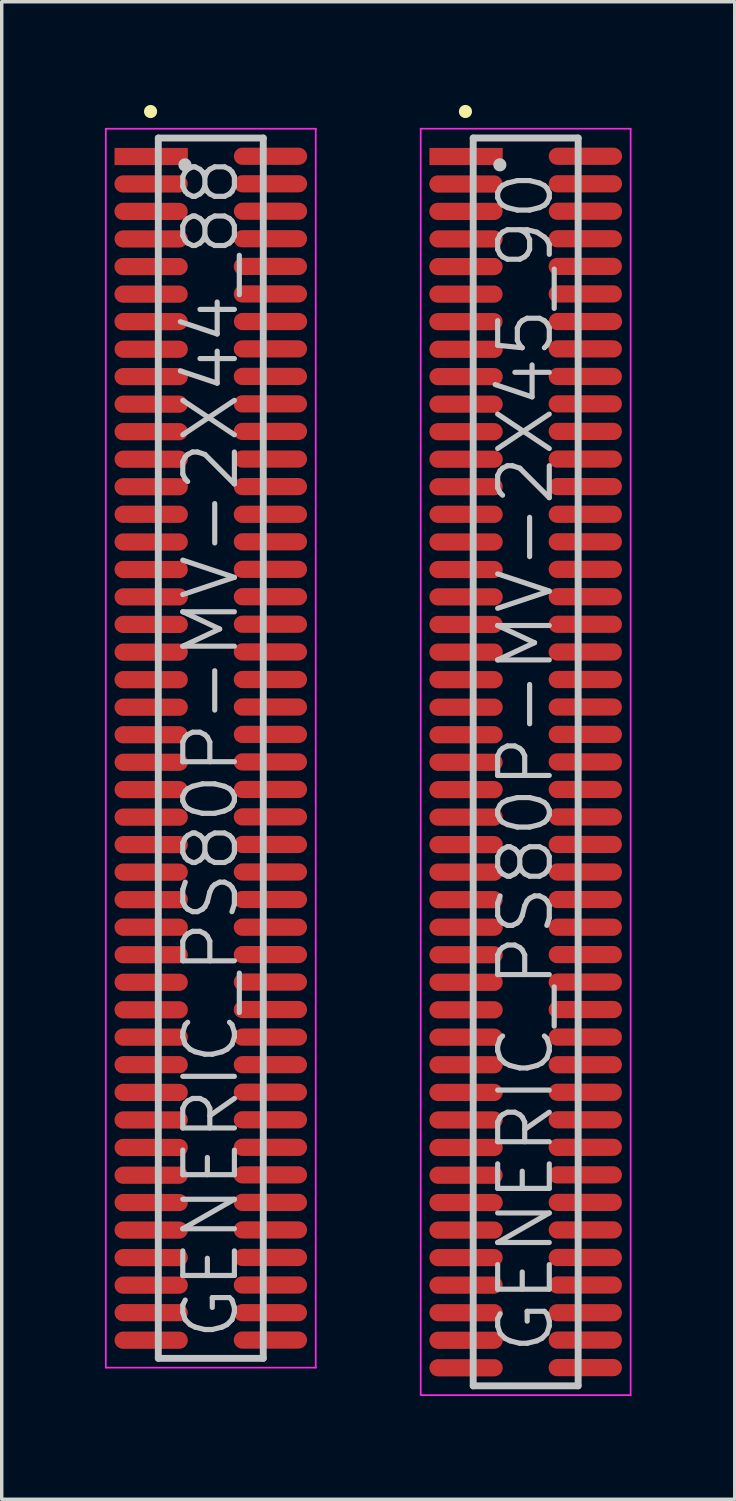
<source format=kicad_pcb>
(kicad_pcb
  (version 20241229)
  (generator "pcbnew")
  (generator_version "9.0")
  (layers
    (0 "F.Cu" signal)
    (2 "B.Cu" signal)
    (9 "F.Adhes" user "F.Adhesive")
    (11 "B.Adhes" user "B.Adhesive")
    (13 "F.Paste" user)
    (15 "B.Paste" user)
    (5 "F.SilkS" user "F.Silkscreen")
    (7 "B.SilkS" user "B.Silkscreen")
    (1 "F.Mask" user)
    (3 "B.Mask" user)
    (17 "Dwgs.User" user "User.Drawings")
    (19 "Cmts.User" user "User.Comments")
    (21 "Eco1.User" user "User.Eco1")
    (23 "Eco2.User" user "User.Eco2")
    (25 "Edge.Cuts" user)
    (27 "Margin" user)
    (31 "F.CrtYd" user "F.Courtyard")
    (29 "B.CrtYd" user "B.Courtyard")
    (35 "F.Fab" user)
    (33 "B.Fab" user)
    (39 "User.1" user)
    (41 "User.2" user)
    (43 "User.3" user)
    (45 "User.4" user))
  (footprint "GENERIC_PS80P-MV-2X45_90"
    (layer "F.Cu")
    (at 12.225 19.09)
    (property "Reference" "GENERIC_PS80P-MV-2X45_90" (at 0 0 90) (layer "Dwgs.User") (effects (font (size 1.5 1.5) (thickness 0.15))))
    (attr smd)
    (fp_line (start -1.75 -18.9) (end -1.75 -18.9) (stroke (width 0.381) (type solid)) (layer "F.SilkS"))
    (fp_line (start -1.525 -18.13) (end -1.525 18.13) (stroke (width 0.2) (type solid)) (layer "Dwgs.User"))
    (fp_line (start -1.525 -18.13) (end 1.525 -18.13) (stroke (width 0.2) (type solid)) (layer "Dwgs.User"))
    (fp_line (start -1.525 18.13) (end 1.525 18.13) (stroke (width 0.2) (type solid)) (layer "Dwgs.User"))
    (fp_line (start -0.75 -17.35) (end -0.75 -17.35) (stroke (width 0.381) (type solid)) (layer "Dwgs.User"))
    (fp_line (start 1.525 -18.13) (end 1.525 18.13) (stroke (width 0.2) (type solid)) (layer "Dwgs.User"))
    (fp_line (start -3.05 -18.4) (end -3.05 18.4) (stroke (width 0.05) (type solid)) (layer "F.CrtYd"))
    (fp_line (start -3.05 -18.4) (end 3.05 -18.4) (stroke (width 0.05) (type solid)) (layer "F.CrtYd"))
    (fp_line (start -3.05 18.4) (end 3.05 18.4) (stroke (width 0.05) (type solid)) (layer "F.CrtYd"))
    (fp_line (start 3.05 -18.4) (end 3.05 18.4) (stroke (width 0.05) (type solid)) (layer "F.CrtYd"))
    (pad "1" smd rect (at -1.732 -17.592 270) (size 0.5 2.13) (layers "F.Cu" "F.Mask" "F.Paste"))
    (pad "2" smd oval (at 1.735 -17.6 270) (size 0.5 2.13) (layers "F.Cu" "F.Mask" "F.Paste"))
    (pad "3" smd oval (at -1.735 -16.794 270) (size 0.5 2.13) (layers "F.Cu" "F.Mask" "F.Paste"))
    (pad "4" smd oval (at 1.735 -16.8 270) (size 0.5 2.13) (layers "F.Cu" "F.Mask" "F.Paste"))
    (pad "5" smd oval (at -1.735 -15.997 270) (size 0.5 2.13) (layers "F.Cu" "F.Mask" "F.Paste"))
    (pad "6" smd oval (at 1.735 -16.002 270) (size 0.5 2.13) (layers "F.Cu" "F.Mask" "F.Paste"))
    (pad "7" smd oval (at -1.732 -15.197 270) (size 0.5 2.13) (layers "F.Cu" "F.Mask" "F.Paste"))
    (pad "8" smd oval (at 1.732 -15.202 270) (size 0.5 2.13) (layers "F.Cu" "F.Mask" "F.Paste"))
    (pad "9" smd oval (at -1.735 -14.394 270) (size 0.5 2.13) (layers "F.Cu" "F.Mask" "F.Paste"))
    (pad "10" smd oval (at 1.732 -14.399 270) (size 0.5 2.13) (layers "F.Cu" "F.Mask" "F.Paste"))
    (pad "11" smd oval (at -1.735 -13.594 270) (size 0.5 2.13) (layers "F.Cu" "F.Mask" "F.Paste"))
    (pad "12" smd oval (at 1.732 -13.599 270) (size 0.5 2.13) (layers "F.Cu" "F.Mask" "F.Paste"))
    (pad "13" smd oval (at -1.735 -12.794 270) (size 0.5 2.13) (layers "F.Cu" "F.Mask" "F.Paste"))
    (pad "14" smd oval (at 1.735 -12.797 270) (size 0.5 2.13) (layers "F.Cu" "F.Mask" "F.Paste"))
    (pad "15" smd oval (at -1.732 -11.991 270) (size 0.5 2.13) (layers "F.Cu" "F.Mask" "F.Paste"))
    (pad "16" smd oval (at 1.732 -12.002 270) (size 0.5 2.13) (layers "F.Cu" "F.Mask" "F.Paste"))
    (pad "17" smd oval (at -1.732 -11.196 270) (size 0.5 2.13) (layers "F.Cu" "F.Mask" "F.Paste"))
    (pad "18" smd oval (at 1.732 -11.201 270) (size 0.5 2.13) (layers "F.Cu" "F.Mask" "F.Paste"))
    (pad "19" smd oval (at -1.732 -10.396 270) (size 0.5 2.13) (layers "F.Cu" "F.Mask" "F.Paste"))
    (pad "20" smd oval (at 1.732 -10.404 270) (size 0.5 2.13) (layers "F.Cu" "F.Mask" "F.Paste"))
    (pad "21" smd oval (at -1.732 -9.596 270) (size 0.5 2.13) (layers "F.Cu" "F.Mask" "F.Paste"))
    (pad "22" smd oval (at 1.732 -9.604 270) (size 0.5 2.13) (layers "F.Cu" "F.Mask" "F.Paste"))
    (pad "23" smd oval (at -1.732 -8.796 270) (size 0.5 2.13) (layers "F.Cu" "F.Mask" "F.Paste"))
    (pad "24" smd oval (at 1.732 -8.801 270) (size 0.5 2.13) (layers "F.Cu" "F.Mask" "F.Paste"))
    (pad "25" smd oval (at -1.732 -7.996 270) (size 0.5 2.13) (layers "F.Cu" "F.Mask" "F.Paste"))
    (pad "26" smd oval (at 1.732 -8.001 270) (size 0.5 2.13) (layers "F.Cu" "F.Mask" "F.Paste"))
    (pad "27" smd oval (at -1.732 -7.196 270) (size 0.5 2.13) (layers "F.Cu" "F.Mask" "F.Paste"))
    (pad "28" smd oval (at 1.732 -7.196 270) (size 0.5 2.13) (layers "F.Cu" "F.Mask" "F.Paste"))
    (pad "29" smd oval (at -1.732 -6.391 270) (size 0.5 2.13) (layers "F.Cu" "F.Mask" "F.Paste"))
    (pad "30" smd oval (at 1.732 -6.396 270) (size 0.5 2.13) (layers "F.Cu" "F.Mask" "F.Paste"))
    (pad "31" smd oval (at -1.732 -5.591 270) (size 0.5 2.13) (layers "F.Cu" "F.Mask" "F.Paste"))
    (pad "32" smd oval (at 1.732 -5.596 270) (size 0.5 2.13) (layers "F.Cu" "F.Mask" "F.Paste"))
    (pad "33" smd oval (at -1.732 -4.796 270) (size 0.5 2.13) (layers "F.Cu" "F.Mask" "F.Paste"))
    (pad "34" smd oval (at 1.732 -4.801 270) (size 0.5 2.13) (layers "F.Cu" "F.Mask" "F.Paste"))
    (pad "35" smd oval (at -1.732 -3.995 270) (size 0.5 2.13) (layers "F.Cu" "F.Mask" "F.Paste"))
    (pad "36" smd oval (at 1.732 -4 270) (size 0.5 2.13) (layers "F.Cu" "F.Mask" "F.Paste"))
    (pad "37" smd oval (at -1.732 -3.19 270) (size 0.5 2.13) (layers "F.Cu" "F.Mask" "F.Paste"))
    (pad "38" smd oval (at 1.732 -3.195 270) (size 0.5 2.13) (layers "F.Cu" "F.Mask" "F.Paste"))
    (pad "39" smd oval (at -1.732 -2.39 270) (size 0.5 2.13) (layers "F.Cu" "F.Mask" "F.Paste"))
    (pad "40" smd oval (at 1.732 -2.395 270) (size 0.5 2.13) (layers "F.Cu" "F.Mask" "F.Paste"))
    (pad "41" smd oval (at -1.732 -1.59 270) (size 0.5 2.13) (layers "F.Cu" "F.Mask" "F.Paste"))
    (pad "42" smd oval (at 1.732 -1.595 270) (size 0.5 2.13) (layers "F.Cu" "F.Mask" "F.Paste"))
    (pad "43" smd oval (at -1.732 -0.79 270) (size 0.5 2.13) (layers "F.Cu" "F.Mask" "F.Paste"))
    (pad "44" smd oval (at 1.732 -0.8 270) (size 0.5 2.13) (layers "F.Cu" "F.Mask" "F.Paste"))
    (pad "45" smd oval (at -1.732 0.01 270) (size 0.5 2.13) (layers "F.Cu" "F.Mask" "F.Paste"))
    (pad "46" smd oval (at 1.732 0 270) (size 0.5 2.13) (layers "F.Cu" "F.Mask" "F.Paste"))
    (pad "47" smd oval (at -1.732 0.805 270) (size 0.5 2.13) (layers "F.Cu" "F.Mask" "F.Paste"))
    (pad "48" smd oval (at 1.732 0.8 270) (size 0.5 2.13) (layers "F.Cu" "F.Mask" "F.Paste"))
    (pad "49" smd oval (at -1.732 1.605 270) (size 0.5 2.13) (layers "F.Cu" "F.Mask" "F.Paste"))
    (pad "50" smd oval (at 1.732 1.598 270) (size 0.5 2.13) (layers "F.Cu" "F.Mask" "F.Paste"))
    (pad "51" smd oval (at -1.732 2.403 270) (size 0.5 2.13) (layers "F.Cu" "F.Mask" "F.Paste"))
    (pad "52" smd oval (at 1.732 2.398 270) (size 0.5 2.13) (layers "F.Cu" "F.Mask" "F.Paste"))
    (pad "53" smd oval (at -1.732 3.203 270) (size 0.5 2.13) (layers "F.Cu" "F.Mask" "F.Paste"))
    (pad "54" smd oval (at 1.732 3.198 270) (size 0.5 2.13) (layers "F.Cu" "F.Mask" "F.Paste"))
    (pad "55" smd oval (at -1.732 4.003 270) (size 0.5 2.13) (layers "F.Cu" "F.Mask" "F.Paste"))
    (pad "56" smd oval (at 1.732 3.998 270) (size 0.5 2.13) (layers "F.Cu" "F.Mask" "F.Paste"))
    (pad "57" smd oval (at -1.732 4.803 270) (size 0.5 2.13) (layers "F.Cu" "F.Mask" "F.Paste"))
    (pad "58" smd oval (at 1.732 4.803 270) (size 0.5 2.13) (layers "F.Cu" "F.Mask" "F.Paste"))
    (pad "59" smd oval (at -1.732 5.603 270) (size 0.5 2.13) (layers "F.Cu" "F.Mask" "F.Paste"))
    (pad "60" smd oval (at 1.732 5.598 270) (size 0.5 2.13) (layers "F.Cu" "F.Mask" "F.Paste"))
    (pad "61" smd oval (at -1.732 6.403 270) (size 0.5 2.13) (layers "F.Cu" "F.Mask" "F.Paste"))
    (pad "62" smd oval (at 1.732 6.398 270) (size 0.5 2.13) (layers "F.Cu" "F.Mask" "F.Paste"))
    (pad "63" smd oval (at -1.732 7.203 270) (size 0.5 2.13) (layers "F.Cu" "F.Mask" "F.Paste"))
    (pad "64" smd oval (at 1.732 7.196 270) (size 0.5 2.13) (layers "F.Cu" "F.Mask" "F.Paste"))
    (pad "65" smd oval (at -1.732 7.998 270) (size 0.5 2.13) (layers "F.Cu" "F.Mask" "F.Paste"))
    (pad "66" smd oval (at 1.732 7.996 270) (size 0.5 2.13) (layers "F.Cu" "F.Mask" "F.Paste"))
    (pad "67" smd oval (at -1.732 8.799 270) (size 0.5 2.13) (layers "F.Cu" "F.Mask" "F.Paste"))
    (pad "68" smd oval (at 1.732 8.799 270) (size 0.5 2.13) (layers "F.Cu" "F.Mask" "F.Paste"))
    (pad "69" smd oval (at -1.732 9.604 270) (size 0.5 2.13) (layers "F.Cu" "F.Mask" "F.Paste"))
    (pad "70" smd oval (at 1.732 9.599 270) (size 0.5 2.13) (layers "F.Cu" "F.Mask" "F.Paste"))
    (pad "71" smd oval (at -1.732 10.404 270) (size 0.5 2.13) (layers "F.Cu" "F.Mask" "F.Paste"))
    (pad "72" smd oval (at 1.732 10.399 270) (size 0.5 2.13) (layers "F.Cu" "F.Mask" "F.Paste"))
    (pad "73" smd oval (at -1.732 11.204 270) (size 0.5 2.13) (layers "F.Cu" "F.Mask" "F.Paste"))
    (pad "74" smd oval (at 1.732 11.199 270) (size 0.5 2.13) (layers "F.Cu" "F.Mask" "F.Paste"))
    (pad "75" smd oval (at -1.732 12.009 270) (size 0.5 2.13) (layers "F.Cu" "F.Mask" "F.Paste"))
    (pad "76" smd oval (at 1.732 11.999 270) (size 0.5 2.13) (layers "F.Cu" "F.Mask" "F.Paste"))
    (pad "77" smd oval (at -1.732 12.804 270) (size 0.5 2.13) (layers "F.Cu" "F.Mask" "F.Paste"))
    (pad "78" smd oval (at 1.732 12.799 270) (size 0.5 2.13) (layers "F.Cu" "F.Mask" "F.Paste"))
    (pad "79" smd oval (at -1.732 13.604 270) (size 0.5 2.13) (layers "F.Cu" "F.Mask" "F.Paste"))
    (pad "80" smd oval (at 1.732 13.599 270) (size 0.5 2.13) (layers "F.Cu" "F.Mask" "F.Paste"))
    (pad "81" smd oval (at -1.732 14.404 270) (size 0.5 2.13) (layers "F.Cu" "F.Mask" "F.Paste"))
    (pad "82" smd oval (at 1.732 14.399 270) (size 0.5 2.13) (layers "F.Cu" "F.Mask" "F.Paste"))
    (pad "83" smd oval (at -1.732 15.204 270) (size 0.5 2.13) (layers "F.Cu" "F.Mask" "F.Paste"))
    (pad "84" smd oval (at 1.732 15.199 270) (size 0.5 2.13) (layers "F.Cu" "F.Mask" "F.Paste"))
    (pad "85" smd oval (at -1.732 16.005 270) (size 0.5 2.13) (layers "F.Cu" "F.Mask" "F.Paste"))
    (pad "86" smd oval (at 1.732 16.005 270) (size 0.5 2.13) (layers "F.Cu" "F.Mask" "F.Paste"))
    (pad "87" smd oval (at -1.732 16.805 270) (size 0.5 2.13) (layers "F.Cu" "F.Mask" "F.Paste"))
    (pad "88" smd oval (at 1.732 16.8 270) (size 0.5 2.13) (layers "F.Cu" "F.Mask" "F.Paste"))
    (pad "89" smd oval (at -1.732 17.605 270) (size 0.5 2.13) (layers "F.Cu" "F.Mask" "F.Paste"))
    (pad "90" smd oval (at 1.732 17.6 270) (size 0.5 2.13) (layers "F.Cu" "F.Mask" "F.Paste")))
  (footprint "GENERIC_PS80P-MV-2X44_88"
    (layer "F.Cu")
    (at 3.075 18.691)
    (property "Reference" "GENERIC_PS80P-MV-2X44_88" (at 0 0 90) (layer "Dwgs.User") (effects (font (size 1.5 1.5) (thickness 0.15))))
    (attr smd)
    (fp_line (start -1.75 -18.5) (end -1.75 -18.5) (stroke (width 0.381) (type solid)) (layer "F.SilkS"))
    (fp_line (start -1.525 -17.73) (end -1.525 17.73) (stroke (width 0.2) (type solid)) (layer "Dwgs.User"))
    (fp_line (start -1.525 -17.73) (end 1.525 -17.73) (stroke (width 0.2) (type solid)) (layer "Dwgs.User"))
    (fp_line (start -1.525 17.73) (end 1.525 17.73) (stroke (width 0.2) (type solid)) (layer "Dwgs.User"))
    (fp_line (start -0.75 -16.95) (end -0.75 -16.95) (stroke (width 0.381) (type solid)) (layer "Dwgs.User"))
    (fp_line (start 1.525 -17.73) (end 1.525 17.73) (stroke (width 0.2) (type solid)) (layer "Dwgs.User"))
    (fp_line (start -3.05 -18) (end -3.05 18) (stroke (width 0.05) (type solid)) (layer "F.CrtYd"))
    (fp_line (start -3.05 -18) (end 3.05 -18) (stroke (width 0.05) (type solid)) (layer "F.CrtYd"))
    (fp_line (start -3.05 18) (end 3.05 18) (stroke (width 0.05) (type solid)) (layer "F.CrtYd"))
    (fp_line (start 3.05 -18) (end 3.05 18) (stroke (width 0.05) (type solid)) (layer "F.CrtYd"))
    (pad "1" smd rect (at -1.732 -17.193 270) (size 0.5 2.13) (layers "F.Cu" "F.Mask" "F.Paste"))
    (pad "2" smd oval (at 1.735 -17.201 270) (size 0.5 2.13) (layers "F.Cu" "F.Mask" "F.Paste"))
    (pad "3" smd oval (at -1.735 -16.396 270) (size 0.5 2.13) (layers "F.Cu" "F.Mask" "F.Paste"))
    (pad "4" smd oval (at 1.735 -16.401 270) (size 0.5 2.13) (layers "F.Cu" "F.Mask" "F.Paste"))
    (pad "5" smd oval (at -1.735 -15.598 270) (size 0.5 2.13) (layers "F.Cu" "F.Mask" "F.Paste"))
    (pad "6" smd oval (at 1.735 -15.603 270) (size 0.5 2.13) (layers "F.Cu" "F.Mask" "F.Paste"))
    (pad "7" smd oval (at -1.732 -14.798 270) (size 0.5 2.13) (layers "F.Cu" "F.Mask" "F.Paste"))
    (pad "8" smd oval (at 1.732 -14.803 270) (size 0.5 2.13) (layers "F.Cu" "F.Mask" "F.Paste"))
    (pad "9" smd oval (at -1.735 -13.995 270) (size 0.5 2.13) (layers "F.Cu" "F.Mask" "F.Paste"))
    (pad "10" smd oval (at 1.732 -14 270) (size 0.5 2.13) (layers "F.Cu" "F.Mask" "F.Paste"))
    (pad "11" smd oval (at -1.735 -13.195 270) (size 0.5 2.13) (layers "F.Cu" "F.Mask" "F.Paste"))
    (pad "12" smd oval (at 1.732 -13.2 270) (size 0.5 2.13) (layers "F.Cu" "F.Mask" "F.Paste"))
    (pad "13" smd oval (at -1.735 -12.395 270) (size 0.5 2.13) (layers "F.Cu" "F.Mask" "F.Paste"))
    (pad "14" smd oval (at 1.735 -12.398 270) (size 0.5 2.13) (layers "F.Cu" "F.Mask" "F.Paste"))
    (pad "15" smd oval (at -1.732 -11.593 270) (size 0.5 2.13) (layers "F.Cu" "F.Mask" "F.Paste"))
    (pad "16" smd oval (at 1.732 -11.603 270) (size 0.5 2.13) (layers "F.Cu" "F.Mask" "F.Paste"))
    (pad "17" smd oval (at -1.732 -10.798 270) (size 0.5 2.13) (layers "F.Cu" "F.Mask" "F.Paste"))
    (pad "18" smd oval (at 1.732 -10.803 270) (size 0.5 2.13) (layers "F.Cu" "F.Mask" "F.Paste"))
    (pad "19" smd oval (at -1.732 -9.997 270) (size 0.5 2.13) (layers "F.Cu" "F.Mask" "F.Paste"))
    (pad "20" smd oval (at 1.732 -10.005 270) (size 0.5 2.13) (layers "F.Cu" "F.Mask" "F.Paste"))
    (pad "21" smd oval (at -1.732 -9.197 270) (size 0.5 2.13) (layers "F.Cu" "F.Mask" "F.Paste"))
    (pad "22" smd oval (at 1.732 -9.205 270) (size 0.5 2.13) (layers "F.Cu" "F.Mask" "F.Paste"))
    (pad "23" smd oval (at -1.732 -8.397 270) (size 0.5 2.13) (layers "F.Cu" "F.Mask" "F.Paste"))
    (pad "24" smd oval (at 1.732 -8.402 270) (size 0.5 2.13) (layers "F.Cu" "F.Mask" "F.Paste"))
    (pad "25" smd oval (at -1.732 -7.597 270) (size 0.5 2.13) (layers "F.Cu" "F.Mask" "F.Paste"))
    (pad "26" smd oval (at 1.732 -7.602 270) (size 0.5 2.13) (layers "F.Cu" "F.Mask" "F.Paste"))
    (pad "27" smd oval (at -1.732 -6.797 270) (size 0.5 2.13) (layers "F.Cu" "F.Mask" "F.Paste"))
    (pad "28" smd oval (at 1.732 -6.797 270) (size 0.5 2.13) (layers "F.Cu" "F.Mask" "F.Paste"))
    (pad "29" smd oval (at -1.732 -5.992 270) (size 0.5 2.13) (layers "F.Cu" "F.Mask" "F.Paste"))
    (pad "30" smd oval (at 1.732 -5.997 270) (size 0.5 2.13) (layers "F.Cu" "F.Mask" "F.Paste"))
    (pad "31" smd oval (at -1.732 -5.192 270) (size 0.5 2.13) (layers "F.Cu" "F.Mask" "F.Paste"))
    (pad "32" smd oval (at 1.732 -5.197 270) (size 0.5 2.13) (layers "F.Cu" "F.Mask" "F.Paste"))
    (pad "33" smd oval (at -1.732 -4.397 270) (size 0.5 2.13) (layers "F.Cu" "F.Mask" "F.Paste"))
    (pad "34" smd oval (at 1.732 -4.402 270) (size 0.5 2.13) (layers "F.Cu" "F.Mask" "F.Paste"))
    (pad "35" smd oval (at -1.732 -3.597 270) (size 0.5 2.13) (layers "F.Cu" "F.Mask" "F.Paste"))
    (pad "36" smd oval (at 1.732 -3.602 270) (size 0.5 2.13) (layers "F.Cu" "F.Mask" "F.Paste"))
    (pad "37" smd oval (at -1.732 -2.791 270) (size 0.5 2.13) (layers "F.Cu" "F.Mask" "F.Paste"))
    (pad "38" smd oval (at 1.732 -2.797 270) (size 0.5 2.13) (layers "F.Cu" "F.Mask" "F.Paste"))
    (pad "39" smd oval (at -1.732 -1.991 270) (size 0.5 2.13) (layers "F.Cu" "F.Mask" "F.Paste"))
    (pad "40" smd oval (at 1.732 -1.996 270) (size 0.5 2.13) (layers "F.Cu" "F.Mask" "F.Paste"))
    (pad "41" smd oval (at -1.732 -1.191 270) (size 0.5 2.13) (layers "F.Cu" "F.Mask" "F.Paste"))
    (pad "42" smd oval (at 1.732 -1.196 270) (size 0.5 2.13) (layers "F.Cu" "F.Mask" "F.Paste"))
    (pad "43" smd oval (at -1.732 -0.391 270) (size 0.5 2.13) (layers "F.Cu" "F.Mask" "F.Paste"))
    (pad "44" smd oval (at 1.732 -0.401 270) (size 0.5 2.13) (layers "F.Cu" "F.Mask" "F.Paste"))
    (pad "45" smd oval (at -1.732 0.409 270) (size 0.5 2.13) (layers "F.Cu" "F.Mask" "F.Paste"))
    (pad "46" smd oval (at 1.732 0.399 270) (size 0.5 2.13) (layers "F.Cu" "F.Mask" "F.Paste"))
    (pad "47" smd oval (at -1.732 1.204 270) (size 0.5 2.13) (layers "F.Cu" "F.Mask" "F.Paste"))
    (pad "48" smd oval (at 1.732 1.199 270) (size 0.5 2.13) (layers "F.Cu" "F.Mask" "F.Paste"))
    (pad "49" smd oval (at -1.732 2.004 270) (size 0.5 2.13) (layers "F.Cu" "F.Mask" "F.Paste"))
    (pad "50" smd oval (at 1.732 1.996 270) (size 0.5 2.13) (layers "F.Cu" "F.Mask" "F.Paste"))
    (pad "51" smd oval (at -1.732 2.802 270) (size 0.5 2.13) (layers "F.Cu" "F.Mask" "F.Paste"))
    (pad "52" smd oval (at 1.732 2.797 270) (size 0.5 2.13) (layers "F.Cu" "F.Mask" "F.Paste"))
    (pad "53" smd oval (at -1.732 3.602 270) (size 0.5 2.13) (layers "F.Cu" "F.Mask" "F.Paste"))
    (pad "54" smd oval (at 1.732 3.597 270) (size 0.5 2.13) (layers "F.Cu" "F.Mask" "F.Paste"))
    (pad "55" smd oval (at -1.732 4.402 270) (size 0.5 2.13) (layers "F.Cu" "F.Mask" "F.Paste"))
    (pad "56" smd oval (at 1.732 4.397 270) (size 0.5 2.13) (layers "F.Cu" "F.Mask" "F.Paste"))
    (pad "57" smd oval (at -1.732 5.202 270) (size 0.5 2.13) (layers "F.Cu" "F.Mask" "F.Paste"))
    (pad "58" smd oval (at 1.732 5.202 270) (size 0.5 2.13) (layers "F.Cu" "F.Mask" "F.Paste"))
    (pad "59" smd oval (at -1.732 6.002 270) (size 0.5 2.13) (layers "F.Cu" "F.Mask" "F.Paste"))
    (pad "60" smd oval (at 1.732 5.997 270) (size 0.5 2.13) (layers "F.Cu" "F.Mask" "F.Paste"))
    (pad "61" smd oval (at -1.732 6.802 270) (size 0.5 2.13) (layers "F.Cu" "F.Mask" "F.Paste"))
    (pad "62" smd oval (at 1.732 6.797 270) (size 0.5 2.13) (layers "F.Cu" "F.Mask" "F.Paste"))
    (pad "63" smd oval (at -1.732 7.602 270) (size 0.5 2.13) (layers "F.Cu" "F.Mask" "F.Paste"))
    (pad "64" smd oval (at 1.732 7.595 270) (size 0.5 2.13) (layers "F.Cu" "F.Mask" "F.Paste"))
    (pad "65" smd oval (at -1.732 8.397 270) (size 0.5 2.13) (layers "F.Cu" "F.Mask" "F.Paste"))
    (pad "66" smd oval (at 1.732 8.395 270) (size 0.5 2.13) (layers "F.Cu" "F.Mask" "F.Paste"))
    (pad "67" smd oval (at -1.732 9.197 270) (size 0.5 2.13) (layers "F.Cu" "F.Mask" "F.Paste"))
    (pad "68" smd oval (at 1.732 9.197 270) (size 0.5 2.13) (layers "F.Cu" "F.Mask" "F.Paste"))
    (pad "69" smd oval (at -1.732 10.003 270) (size 0.5 2.13) (layers "F.Cu" "F.Mask" "F.Paste"))
    (pad "70" smd oval (at 1.732 9.997 270) (size 0.5 2.13) (layers "F.Cu" "F.Mask" "F.Paste"))
    (pad "71" smd oval (at -1.732 10.803 270) (size 0.5 2.13) (layers "F.Cu" "F.Mask" "F.Paste"))
    (pad "72" smd oval (at 1.732 10.798 270) (size 0.5 2.13) (layers "F.Cu" "F.Mask" "F.Paste"))
    (pad "73" smd oval (at -1.732 11.603 270) (size 0.5 2.13) (layers "F.Cu" "F.Mask" "F.Paste"))
    (pad "74" smd oval (at 1.732 11.598 270) (size 0.5 2.13) (layers "F.Cu" "F.Mask" "F.Paste"))
    (pad "75" smd oval (at -1.732 12.408 270) (size 0.5 2.13) (layers "F.Cu" "F.Mask" "F.Paste"))
    (pad "76" smd oval (at 1.732 12.398 270) (size 0.5 2.13) (layers "F.Cu" "F.Mask" "F.Paste"))
    (pad "77" smd oval (at -1.732 13.203 270) (size 0.5 2.13) (layers "F.Cu" "F.Mask" "F.Paste"))
    (pad "78" smd oval (at 1.732 13.198 270) (size 0.5 2.13) (layers "F.Cu" "F.Mask" "F.Paste"))
    (pad "79" smd oval (at -1.732 14.003 270) (size 0.5 2.13) (layers "F.Cu" "F.Mask" "F.Paste"))
    (pad "80" smd oval (at 1.732 13.998 270) (size 0.5 2.13) (layers "F.Cu" "F.Mask" "F.Paste"))
    (pad "81" smd oval (at -1.732 14.803 270) (size 0.5 2.13) (layers "F.Cu" "F.Mask" "F.Paste"))
    (pad "82" smd oval (at 1.732 14.798 270) (size 0.5 2.13) (layers "F.Cu" "F.Mask" "F.Paste"))
    (pad "83" smd oval (at -1.732 15.603 270) (size 0.5 2.13) (layers "F.Cu" "F.Mask" "F.Paste"))
    (pad "84" smd oval (at 1.732 15.598 270) (size 0.5 2.13) (layers "F.Cu" "F.Mask" "F.Paste"))
    (pad "85" smd oval (at -1.732 16.403 270) (size 0.5 2.13) (layers "F.Cu" "F.Mask" "F.Paste"))
    (pad "86" smd oval (at 1.732 16.403 270) (size 0.5 2.13) (layers "F.Cu" "F.Mask" "F.Paste"))
    (pad "87" smd oval (at -1.732 17.203 270) (size 0.5 2.13) (layers "F.Cu" "F.Mask" "F.Paste"))
    (pad "88" smd oval (at 1.732 17.198 270) (size 0.5 2.13) (layers "F.Cu" "F.Mask" "F.Paste")))
  (gr_rect
    (start -3 -3)
    (end 18.3 40.516)
    (stroke (width 0.1) (type default))
    (fill no)
    (layer "Edge.Cuts")))
</source>
